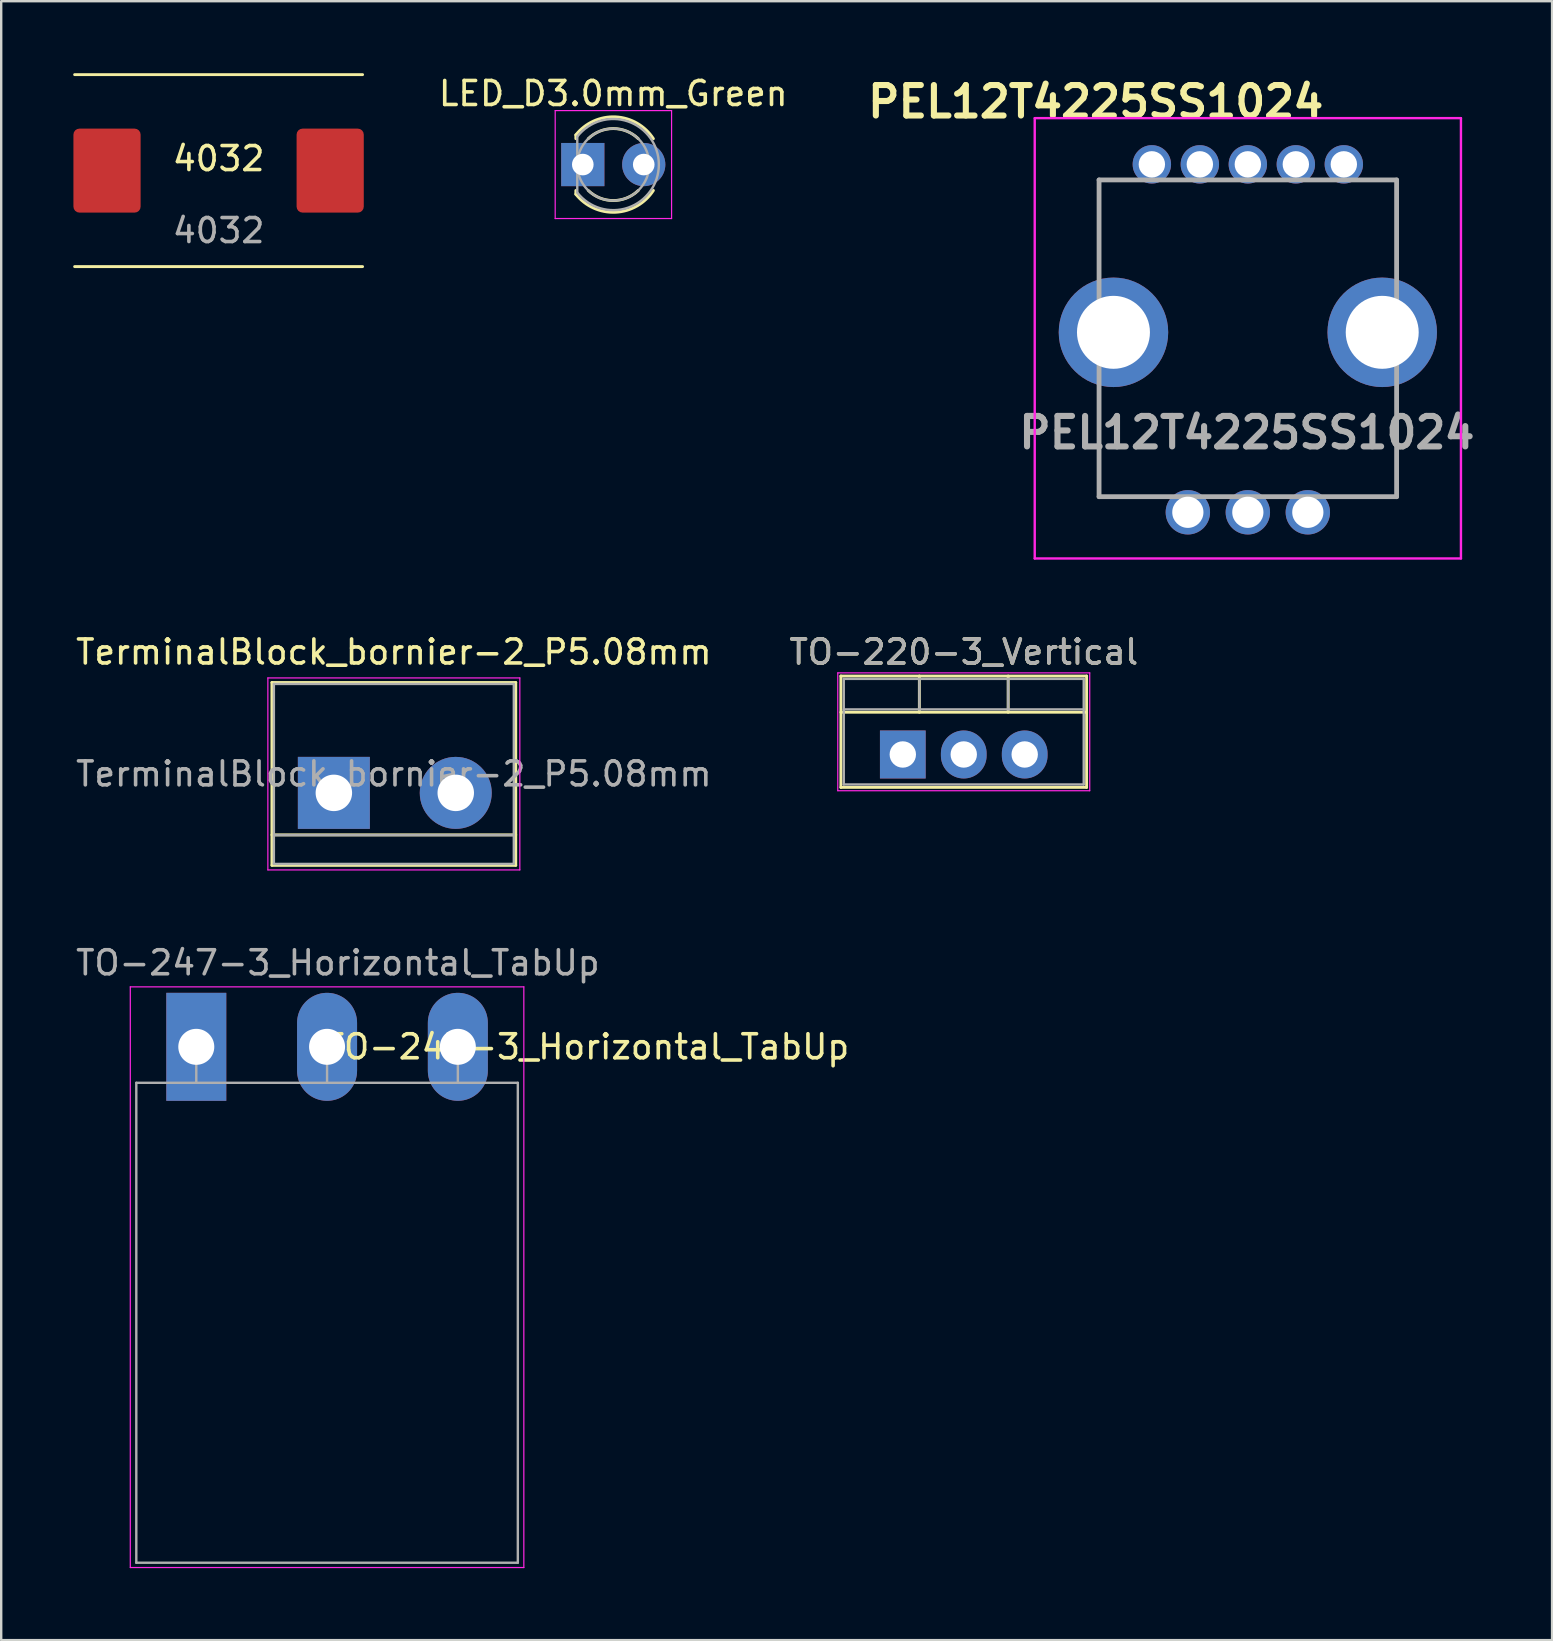
<source format=kicad_pcb>
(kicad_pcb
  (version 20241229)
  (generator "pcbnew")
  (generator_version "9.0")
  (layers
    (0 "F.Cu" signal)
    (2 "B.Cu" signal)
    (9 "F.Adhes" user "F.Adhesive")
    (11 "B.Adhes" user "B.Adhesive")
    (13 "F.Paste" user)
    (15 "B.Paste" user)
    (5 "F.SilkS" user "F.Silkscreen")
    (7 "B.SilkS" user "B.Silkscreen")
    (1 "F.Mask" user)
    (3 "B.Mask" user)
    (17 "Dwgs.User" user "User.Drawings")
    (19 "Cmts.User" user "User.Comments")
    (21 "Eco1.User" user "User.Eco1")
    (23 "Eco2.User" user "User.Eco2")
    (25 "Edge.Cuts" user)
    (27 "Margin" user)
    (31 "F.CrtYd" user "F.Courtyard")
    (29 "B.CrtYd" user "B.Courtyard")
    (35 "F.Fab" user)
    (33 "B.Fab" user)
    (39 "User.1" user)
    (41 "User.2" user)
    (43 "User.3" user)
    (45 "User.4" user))
  (footprint "TO-220-3_Vertical"
    (layer "F.Cu")
    (at 34.573 28.392)
    (property "Reference" "TO-220-3_Vertical" (at 2.54 -4.27 0) (layer "F.SilkS") (effects (font (size 1 1) (thickness 0.15))))
    (attr through_hole)
    (fp_line (start -2.58 -3.27) (end -2.58 1.371) (stroke (width 0.12) (type solid)) (layer "F.SilkS"))
    (fp_line (start -2.58 -3.27) (end 7.66 -3.27) (stroke (width 0.12) (type solid)) (layer "F.SilkS"))
    (fp_line (start -2.58 -1.76) (end 7.66 -1.76) (stroke (width 0.12) (type solid)) (layer "F.SilkS"))
    (fp_line (start -2.58 1.371) (end 7.66 1.371) (stroke (width 0.12) (type solid)) (layer "F.SilkS"))
    (fp_line (start 0.69 -3.27) (end 0.69 -1.76) (stroke (width 0.12) (type solid)) (layer "F.SilkS"))
    (fp_line (start 4.391 -3.27) (end 4.391 -1.76) (stroke (width 0.12) (type solid)) (layer "F.SilkS"))
    (fp_line (start 7.66 -3.27) (end 7.66 1.371) (stroke (width 0.12) (type solid)) (layer "F.SilkS"))
    (fp_line (start -2.71 -3.4) (end -2.71 1.51) (stroke (width 0.05) (type solid)) (layer "F.CrtYd"))
    (fp_line (start -2.71 1.51) (end 7.79 1.51) (stroke (width 0.05) (type solid)) (layer "F.CrtYd"))
    (fp_line (start 7.79 -3.4) (end -2.71 -3.4) (stroke (width 0.05) (type solid)) (layer "F.CrtYd"))
    (fp_line (start 7.79 1.51) (end 7.79 -3.4) (stroke (width 0.05) (type solid)) (layer "F.CrtYd"))
    (fp_line (start -2.46 -3.15) (end -2.46 1.25) (stroke (width 0.1) (type solid)) (layer "F.Fab"))
    (fp_line (start -2.46 -1.88) (end 7.54 -1.88) (stroke (width 0.1) (type solid)) (layer "F.Fab"))
    (fp_line (start -2.46 1.25) (end 7.54 1.25) (stroke (width 0.1) (type solid)) (layer "F.Fab"))
    (fp_line (start 0.69 -3.15) (end 0.69 -1.88) (stroke (width 0.1) (type solid)) (layer "F.Fab"))
    (fp_line (start 4.39 -3.15) (end 4.39 -1.88) (stroke (width 0.1) (type solid)) (layer "F.Fab"))
    (fp_line (start 7.54 -3.15) (end -2.46 -3.15) (stroke (width 0.1) (type solid)) (layer "F.Fab"))
    (fp_line (start 7.54 1.25) (end 7.54 -3.15) (stroke (width 0.1) (type solid)) (layer "F.Fab"))
    (fp_text user "${REFERENCE}" (at 2.54 -4.27 0) (layer "F.Fab") (effects (font (size 1 1) (thickness 0.15))))
    (pad "1" thru_hole rect (at 0 0) (size 1.905 2) (drill 1.1) (layers "*.Cu" "*.Mask"))
    (pad "2" thru_hole oval (at 2.54 0) (size 1.905 2) (drill 1.1) (layers "*.Cu" "*.Mask"))
    (pad "3" thru_hole oval (at 5.08 0) (size 1.905 2) (drill 1.1) (layers "*.Cu" "*.Mask")))
  (footprint "4032"
    (layer "F.Cu")
    (at 6.06 4.06)
    (property "Reference" "4032" (at 0 -0.5 0) (unlocked yes) (layer "F.SilkS") (effects (font (size 1 1) (thickness 0.15))))
    (fp_line (start -6 -4) (end 6 -4) (stroke (width 0.12) (type solid)) (layer "F.SilkS"))
    (fp_line (start -6 4) (end 6 4) (stroke (width 0.12) (type solid)) (layer "F.SilkS"))
    (fp_text user "${REFERENCE}" (at 0 2.5 0) (unlocked yes) (layer "F.Fab") (effects (font (size 1 1) (thickness 0.15))))
    (pad "1" smd roundrect (at -4.65 0) (size 2.8 3.5) (layers "F.Cu" "F.Mask" "F.Paste") (roundrect_rratio 0.089))
    (pad "1" smd roundrect (at 4.65 0) (size 2.8 3.5) (layers "F.Cu" "F.Mask" "F.Paste") (roundrect_rratio 0.089)))
  (footprint "PEL12T4225SS1024"
    (layer "F.Cu")
    (at 48.952 11.049)
    (property "Reference" "PEL12T4225SS1024" (at -6.34 -9.86 0) (layer "F.SilkS") (effects (font (size 1.27 1.27) (thickness 0.254))))
    (attr through_hole)
    (fp_line (start -6.2 -6.6) (end -6.2 -3) (stroke (width 0.1) (type solid)) (layer "F.SilkS"))
    (fp_line (start -6.2 6.6) (end -6.2 2.5) (stroke (width 0.1) (type solid)) (layer "F.SilkS"))
    (fp_line (start -5.5 -6.6) (end -6.2 -6.6) (stroke (width 0.1) (type solid)) (layer "F.SilkS"))
    (fp_line (start -4 6.6) (end -6.2 6.6) (stroke (width 0.1) (type solid)) (layer "F.SilkS"))
    (fp_line (start 4 6.6) (end 6.2 6.6) (stroke (width 0.1) (type solid)) (layer "F.SilkS"))
    (fp_line (start 6.2 -6.6) (end 5.6 -6.6) (stroke (width 0.1) (type solid)) (layer "F.SilkS"))
    (fp_line (start 6.2 -3) (end 6.2 -6.6) (stroke (width 0.1) (type solid)) (layer "F.SilkS"))
    (fp_line (start 6.2 3) (end 6.2 2.5) (stroke (width 0.1) (type solid)) (layer "F.SilkS"))
    (fp_line (start 6.2 6.6) (end 6.2 3) (stroke (width 0.1) (type solid)) (layer "F.SilkS"))
    (fp_line (start -8.881 -9.175) (end 8.881 -9.175) (stroke (width 0.1) (type solid)) (layer "F.CrtYd"))
    (fp_line (start -8.881 9.175) (end -8.881 -9.175) (stroke (width 0.1) (type solid)) (layer "F.CrtYd"))
    (fp_line (start 8.881 -9.175) (end 8.881 9.175) (stroke (width 0.1) (type solid)) (layer "F.CrtYd"))
    (fp_line (start 8.881 9.175) (end -8.881 9.175) (stroke (width 0.1) (type solid)) (layer "F.CrtYd"))
    (fp_line (start -6.2 -6.6) (end 6.2 -6.6) (stroke (width 0.2) (type solid)) (layer "F.Fab"))
    (fp_line (start -6.2 6.6) (end -6.2 -6.6) (stroke (width 0.2) (type solid)) (layer "F.Fab"))
    (fp_line (start 6.2 -6.6) (end 6.2 6.6) (stroke (width 0.2) (type solid)) (layer "F.Fab"))
    (fp_line (start 6.2 6.6) (end -6.2 6.6) (stroke (width 0.2) (type solid)) (layer "F.Fab"))
    (fp_text user "${REFERENCE}" (at -0.04 3.93 0) (layer "F.Fab") (effects (font (size 1.27 1.27) (thickness 0.254))))
    (pad "1" thru_hole circle (at -4 -7.25) (size 1.6 1.6) (drill 1.1) (layers "*.Cu" "*.Mask"))
    (pad "2" thru_hole circle (at -2 -7.25) (size 1.6 1.6) (drill 1.1) (layers "*.Cu" "*.Mask"))
    (pad "3" thru_hole circle (at 0 -7.25) (size 1.6 1.6) (drill 1.1) (layers "*.Cu" "*.Mask"))
    (pad "4" thru_hole circle (at 2 -7.25) (size 1.6 1.6) (drill 1.1) (layers "*.Cu" "*.Mask"))
    (pad "5" thru_hole circle (at 4 -7.25) (size 1.6 1.6) (drill 1.1) (layers "*.Cu" "*.Mask"))
    (pad "A" thru_hole circle (at -2.5 7.25) (size 1.85 1.85) (drill 1.3) (layers "*.Cu" "*.Mask"))
    (pad "B" thru_hole circle (at 2.5 7.25) (size 1.85 1.85) (drill 1.3) (layers "*.Cu" "*.Mask"))
    (pad "C" thru_hole circle (at 0 7.25) (size 1.85 1.85) (drill 1.3) (layers "*.Cu" "*.Mask"))
    (pad "MH1" thru_hole circle (at -5.6 -0.25) (size 4.562 4.562) (drill 3.041) (layers "*.Cu" "*.Mask"))
    (pad "MH2" thru_hole circle (at 5.6 -0.25) (size 4.562 4.562) (drill 3.041) (layers "*.Cu" "*.Mask")))
  (footprint "LED_D3.0mm_Green"
    (layer "F.Cu")
    (at 21.237 3.808)
    (property "Reference" "LED_D3.0mm_Green" (at 1.27 -2.96 0) (layer "F.SilkS") (effects (font (size 1 1) (thickness 0.15))))
    (attr through_hole)
    (fp_line (start -0.29 -1.236) (end -0.29 -1.08) (stroke (width 0.12) (type solid)) (layer "F.SilkS"))
    (fp_line (start -0.29 1.08) (end -0.29 1.236) (stroke (width 0.12) (type solid)) (layer "F.SilkS"))
    (fp_arc (start -0.29 -1.235516) (mid 1.366487 -1.987659) (end 2.942335 -1.078608) (stroke (width 0.12) (type solid)) (layer "F.SilkS"))
    (fp_arc (start 0.229039 -1.08) (mid 1.270117 -1.5) (end 2.31113 -1.079837) (stroke (width 0.12) (type solid)) (layer "F.SilkS"))
    (fp_arc (start 2.31113 1.079837) (mid 1.270117 1.5) (end 0.229039 1.08) (stroke (width 0.12) (type solid)) (layer "F.SilkS"))
    (fp_arc (start 2.942335 1.078608) (mid 1.366487 1.987659) (end -0.29 1.235516) (stroke (width 0.12) (type solid)) (layer "F.SilkS"))
    (fp_line (start -1.15 -2.25) (end -1.15 2.25) (stroke (width 0.05) (type solid)) (layer "F.CrtYd"))
    (fp_line (start -1.15 2.25) (end 3.7 2.25) (stroke (width 0.05) (type solid)) (layer "F.CrtYd"))
    (fp_line (start 3.7 -2.25) (end -1.15 -2.25) (stroke (width 0.05) (type solid)) (layer "F.CrtYd"))
    (fp_line (start 3.7 2.25) (end 3.7 -2.25) (stroke (width 0.05) (type solid)) (layer "F.CrtYd"))
    (fp_line (start -0.23 -1.166) (end -0.23 1.166) (stroke (width 0.1) (type solid)) (layer "F.Fab"))
    (fp_arc (start -0.23 -1.16619) (mid 3.17 0.000452) (end -0.230555 1.165476) (stroke (width 0.1) (type solid)) (layer "F.Fab"))
    (fp_circle (center 1.27 0) (end 2.77 0) (stroke (width 0.1) (type solid)) (fill no) (layer "F.Fab"))
    (pad "1" thru_hole rect (at 0 0) (size 1.8 1.8) (drill 0.9) (layers "*.Cu" "*.Mask"))
    (pad "2" thru_hole circle (at 2.54 0) (size 1.8 1.8) (drill 0.9) (layers "*.Cu" "*.Mask")))
  (footprint "TO-247-3_Horizontal_TabUp"
    (layer "F.Cu")
    (at 5.13 40.575)
    (property "Reference" "TO-247-3_Horizontal_TabUp" (at 16.3 0 0) (layer "F.SilkS") (effects (font (size 1 1) (thickness 0.15))))
    (attr through_hole)
    (fp_line (start -2.75 -2.5) (end -2.75 21.7) (stroke (width 0.05) (type solid)) (layer "F.CrtYd"))
    (fp_line (start -2.75 21.7) (end 13.65 21.7) (stroke (width 0.05) (type solid)) (layer "F.CrtYd"))
    (fp_line (start 13.65 -2.5) (end -2.75 -2.5) (stroke (width 0.05) (type solid)) (layer "F.CrtYd"))
    (fp_line (start 13.65 21.7) (end 13.65 -2.5) (stroke (width 0.05) (type solid)) (layer "F.CrtYd"))
    (fp_line (start -2.5 1.5) (end -2.5 21.5) (stroke (width 0.1) (type solid)) (layer "F.Fab"))
    (fp_line (start -2.5 21.5) (end 13.4 21.5) (stroke (width 0.1) (type solid)) (layer "F.Fab"))
    (fp_line (start 0 1.5) (end 0 0) (stroke (width 0.1) (type solid)) (layer "F.Fab"))
    (fp_line (start 5.45 1.5) (end 5.45 0) (stroke (width 0.1) (type solid)) (layer "F.Fab"))
    (fp_line (start 10.9 1.5) (end 10.9 0) (stroke (width 0.1) (type solid)) (layer "F.Fab"))
    (fp_line (start 13.4 1.5) (end -2.5 1.5) (stroke (width 0.1) (type solid)) (layer "F.Fab"))
    (fp_line (start 13.4 21.5) (end 13.4 1.5) (stroke (width 0.1) (type solid)) (layer "F.Fab"))
    (fp_text user "${REFERENCE}" (at 5.9 -3.5 0) (layer "F.Fab") (effects (font (size 1 1) (thickness 0.15))))
    (pad "1" thru_hole rect (at 0 0) (size 2.5 4.5) (drill 1.5) (layers "*.Cu" "*.Mask"))
    (pad "2" thru_hole oval (at 5.45 0) (size 2.5 4.5) (drill 1.5) (layers "*.Cu" "*.Mask"))
    (pad "3" thru_hole oval (at 10.9 0) (size 2.5 4.5) (drill 1.5) (layers "*.Cu" "*.Mask")))
  (footprint "TerminalBlock_bornier-2_P5.08mm"
    (layer "F.Cu")
    (at 10.863 29.992)
    (property "Reference" "TerminalBlock_bornier-2_P5.08mm" (at 2.5 -5.87 0) (layer "F.SilkS") (effects (font (size 1 1) (thickness 0.15))))
    (attr through_hole)
    (fp_line (start -2.58 -4.6) (end -2.58 3.02) (stroke (width 0.12) (type solid)) (layer "F.SilkS"))
    (fp_line (start -2.58 3.02) (end 7.58 3.02) (stroke (width 0.12) (type solid)) (layer "F.SilkS"))
    (fp_line (start 7.58 -4.6) (end -2.58 -4.6) (stroke (width 0.12) (type solid)) (layer "F.SilkS"))
    (fp_line (start 7.58 1.75) (end -2.58 1.75) (stroke (width 0.12) (type solid)) (layer "F.SilkS"))
    (fp_line (start 7.58 3.02) (end 7.58 -4.6) (stroke (width 0.12) (type solid)) (layer "F.SilkS"))
    (fp_line (start -2.75 -4.79) (end -2.75 3.21) (stroke (width 0.05) (type solid)) (layer "F.CrtYd"))
    (fp_line (start -2.75 -4.79) (end 7.75 -4.79) (stroke (width 0.05) (type solid)) (layer "F.CrtYd"))
    (fp_line (start 7.75 3.21) (end -2.75 3.21) (stroke (width 0.05) (type solid)) (layer "F.CrtYd"))
    (fp_line (start 7.75 3.21) (end 7.75 -4.79) (stroke (width 0.05) (type solid)) (layer "F.CrtYd"))
    (fp_line (start -2.5 -4.54) (end -2.5 2.96) (stroke (width 0.1) (type solid)) (layer "F.Fab"))
    (fp_line (start -2.5 2.96) (end 7.5 2.96) (stroke (width 0.1) (type solid)) (layer "F.Fab"))
    (fp_line (start -2.45 1.76) (end 7.45 1.76) (stroke (width 0.1) (type solid)) (layer "F.Fab"))
    (fp_line (start 7.5 -4.54) (end -2.5 -4.54) (stroke (width 0.1) (type solid)) (layer "F.Fab"))
    (fp_line (start 7.5 2.96) (end 7.5 -4.54) (stroke (width 0.1) (type solid)) (layer "F.Fab"))
    (fp_text user "${REFERENCE}" (at 2.5 -0.79 0) (layer "F.Fab") (effects (font (size 1 1) (thickness 0.15))))
    (pad "1" thru_hole rect (at 0 0) (size 3 3) (drill 1.52) (layers "*.Cu" "*.Mask"))
    (pad "2" thru_hole circle (at 5.08 0) (size 3 3) (drill 1.52) (layers "*.Cu" "*.Mask")))
  (gr_rect
    (start -3 -3)
    (end 61.631 65.3)
    (stroke (width 0.1) (type default))
    (fill no)
    (layer "Edge.Cuts")))
</source>
